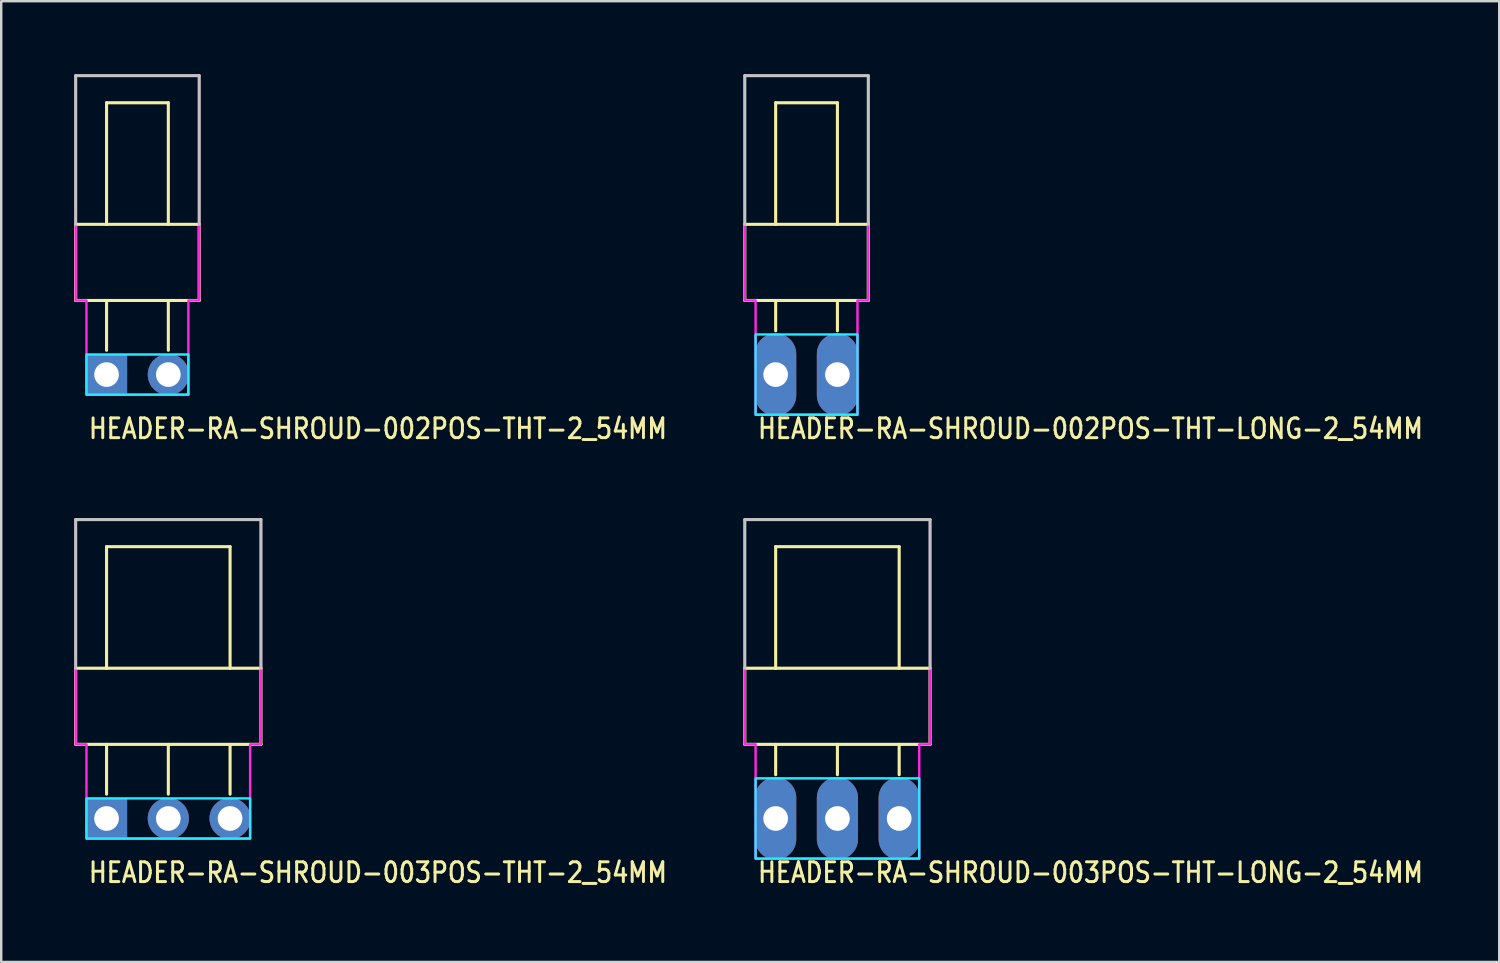
<source format=kicad_pcb>
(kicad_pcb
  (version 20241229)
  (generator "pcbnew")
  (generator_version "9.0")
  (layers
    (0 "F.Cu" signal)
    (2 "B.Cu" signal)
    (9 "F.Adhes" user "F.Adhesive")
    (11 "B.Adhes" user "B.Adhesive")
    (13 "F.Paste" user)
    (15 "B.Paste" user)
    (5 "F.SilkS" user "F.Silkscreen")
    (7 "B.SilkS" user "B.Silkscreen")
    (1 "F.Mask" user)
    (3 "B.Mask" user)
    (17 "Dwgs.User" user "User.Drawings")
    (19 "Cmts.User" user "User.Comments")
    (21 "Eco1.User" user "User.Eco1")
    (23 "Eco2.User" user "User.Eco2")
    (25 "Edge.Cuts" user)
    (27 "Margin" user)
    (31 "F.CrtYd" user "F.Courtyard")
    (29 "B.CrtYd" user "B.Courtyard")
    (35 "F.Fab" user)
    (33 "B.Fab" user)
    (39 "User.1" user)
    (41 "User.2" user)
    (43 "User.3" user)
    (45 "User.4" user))
  (footprint "HEADER-RA-SHROUD-002POS-THT-LONG-2_54MM"
    (layer "F.Cu")
    (at 28.854 12.357)
    (property "Reference" "HEADER-RA-SHROUD-002POS-THT-LONG-2_54MM" (at -0.8 2.7 0) (unlocked yes) (layer "F.SilkS") (effects (font (size 0.813 0.695) (thickness 0.122)) (justify left bottom)))
    (fp_line (start -1.27 -6.18) (end -1.27 -3.048) (stroke (width 0.127) (type solid)) (layer "F.SilkS"))
    (fp_line (start -1.27 -3.048) (end 3.81 -3.048) (stroke (width 0.127) (type solid)) (layer "F.SilkS"))
    (fp_line (start 0 -11.18) (end 0 -6.18) (stroke (width 0.127) (type solid)) (layer "F.SilkS"))
    (fp_line (start 0 -6.18) (end -1.27 -6.18) (stroke (width 0.127) (type solid)) (layer "F.SilkS"))
    (fp_line (start 0 -1.8) (end 0 -3.048) (stroke (width 0.127) (type solid)) (layer "F.SilkS"))
    (fp_line (start 2.54 -11.18) (end 0 -11.18) (stroke (width 0.127) (type solid)) (layer "F.SilkS"))
    (fp_line (start 2.54 -6.18) (end 0 -6.18) (stroke (width 0.127) (type solid)) (layer "F.SilkS"))
    (fp_line (start 2.54 -6.18) (end 2.54 -11.18) (stroke (width 0.127) (type solid)) (layer "F.SilkS"))
    (fp_line (start 2.54 -1.8) (end 2.54 -3.048) (stroke (width 0.127) (type solid)) (layer "F.SilkS"))
    (fp_line (start 3.81 -6.18) (end 2.54 -6.18) (stroke (width 0.127) (type solid)) (layer "F.SilkS"))
    (fp_line (start 3.81 -3.048) (end 3.81 -6.18) (stroke (width 0.127) (type solid)) (layer "F.SilkS"))
    (fp_line (start -1.27 -12.294) (end 3.81 -12.294) (stroke (width 0.127) (type solid)) (layer "Dwgs.User"))
    (fp_line (start -1.27 -6.18) (end -1.27 -12.294) (stroke (width 0.127) (type solid)) (layer "Dwgs.User"))
    (fp_line (start 3.81 -12.294) (end 3.81 -6.18) (stroke (width 0.127) (type solid)) (layer "Dwgs.User"))
    (fp_poly (pts (xy -0.826 -1.65) (xy -0.826 1.65) (xy 3.365 1.65) (xy 3.365 -1.65)) (stroke (width 0.1) (type solid)) (fill no) (layer "B.CrtYd"))
    (fp_poly (pts (xy -1.27 -12.294) (xy -1.27 -3.048) (xy -0.826 -3.048) (xy -0.826 1.65) (xy 3.365 1.65) (xy 3.365 -3.048) (xy 3.81 -3.048) (xy 3.81 -12.294)) (stroke (width 0.1) (type solid)) (fill no) (layer "F.CrtYd"))
    (pad "1" thru_hole oval (at 0 0 90) (size 3.387 1.693) (drill 1.016) (layers "*.Cu" "*.Mask"))
    (pad "2" thru_hole oval (at 2.54 0 90) (size 3.387 1.693) (drill 1.016) (layers "*.Cu" "*.Mask")))
  (footprint "HEADER-RA-SHROUD-003POS-THT-LONG-2_54MM"
    (layer "F.Cu")
    (at 28.854 30.615)
    (property "Reference" "HEADER-RA-SHROUD-003POS-THT-LONG-2_54MM" (at -0.8 2.7 0) (unlocked yes) (layer "F.SilkS") (effects (font (size 0.813 0.695) (thickness 0.122)) (justify left bottom)))
    (fp_line (start -1.27 -6.18) (end -1.27 -3.048) (stroke (width 0.127) (type solid)) (layer "F.SilkS"))
    (fp_line (start -1.27 -3.048) (end 6.35 -3.048) (stroke (width 0.127) (type solid)) (layer "F.SilkS"))
    (fp_line (start 0 -11.18) (end 0 -6.18) (stroke (width 0.127) (type solid)) (layer "F.SilkS"))
    (fp_line (start 0 -6.18) (end -1.27 -6.18) (stroke (width 0.127) (type solid)) (layer "F.SilkS"))
    (fp_line (start 0 -1.8) (end 0 -3.048) (stroke (width 0.127) (type solid)) (layer "F.SilkS"))
    (fp_line (start 2.54 -1.8) (end 2.54 -3.048) (stroke (width 0.127) (type solid)) (layer "F.SilkS"))
    (fp_line (start 5.08 -11.18) (end 0 -11.18) (stroke (width 0.127) (type solid)) (layer "F.SilkS"))
    (fp_line (start 5.08 -6.18) (end 0 -6.18) (stroke (width 0.127) (type solid)) (layer "F.SilkS"))
    (fp_line (start 5.08 -6.18) (end 5.08 -11.18) (stroke (width 0.127) (type solid)) (layer "F.SilkS"))
    (fp_line (start 5.08 -1.8) (end 5.08 -3.048) (stroke (width 0.127) (type solid)) (layer "F.SilkS"))
    (fp_line (start 6.35 -6.18) (end 5.08 -6.18) (stroke (width 0.127) (type solid)) (layer "F.SilkS"))
    (fp_line (start 6.35 -3.048) (end 6.35 -6.18) (stroke (width 0.127) (type solid)) (layer "F.SilkS"))
    (fp_line (start -1.27 -12.294) (end 6.35 -12.294) (stroke (width 0.127) (type solid)) (layer "Dwgs.User"))
    (fp_line (start -1.27 -6.18) (end -1.27 -12.294) (stroke (width 0.127) (type solid)) (layer "Dwgs.User"))
    (fp_line (start 6.35 -12.294) (end 6.35 -6.18) (stroke (width 0.127) (type solid)) (layer "Dwgs.User"))
    (fp_poly (pts (xy -0.826 -1.65) (xy -0.826 1.65) (xy 5.905 1.65) (xy 5.905 -1.65)) (stroke (width 0.1) (type solid)) (fill no) (layer "B.CrtYd"))
    (fp_poly (pts (xy -1.27 -12.294) (xy -1.27 -3.048) (xy -0.826 -3.048) (xy -0.826 1.65) (xy 5.905 1.65) (xy 5.905 -3.048) (xy 6.35 -3.048) (xy 6.35 -12.294)) (stroke (width 0.1) (type solid)) (fill no) (layer "F.CrtYd"))
    (pad "1" thru_hole oval (at 0 0 90) (size 3.387 1.693) (drill 1.016) (layers "*.Cu" "*.Mask"))
    (pad "2" thru_hole oval (at 2.54 0 90) (size 3.387 1.693) (drill 1.016) (layers "*.Cu" "*.Mask"))
    (pad "3" thru_hole oval (at 5.08 0 90) (size 3.387 1.693) (drill 1.016) (layers "*.Cu" "*.Mask")))
  (footprint "HEADER-RA-SHROUD-002POS-THT-2_54MM"
    (layer "F.Cu")
    (at 1.333 12.357)
    (property "Reference" "HEADER-RA-SHROUD-002POS-THT-2_54MM" (at -0.8 2.7 0) (unlocked yes) (layer "F.SilkS") (effects (font (size 0.813 0.695) (thickness 0.122)) (justify left bottom)))
    (fp_line (start -1.27 -6.18) (end -1.27 -3.048) (stroke (width 0.127) (type solid)) (layer "F.SilkS"))
    (fp_line (start -1.27 -3.048) (end 3.81 -3.048) (stroke (width 0.127) (type solid)) (layer "F.SilkS"))
    (fp_line (start 0 -11.18) (end 0 -6.18) (stroke (width 0.127) (type solid)) (layer "F.SilkS"))
    (fp_line (start 0 -6.18) (end -1.27 -6.18) (stroke (width 0.127) (type solid)) (layer "F.SilkS"))
    (fp_line (start 0 -1) (end 0 -3.048) (stroke (width 0.127) (type solid)) (layer "F.SilkS"))
    (fp_line (start 2.54 -11.18) (end 0 -11.18) (stroke (width 0.127) (type solid)) (layer "F.SilkS"))
    (fp_line (start 2.54 -6.18) (end 0 -6.18) (stroke (width 0.127) (type solid)) (layer "F.SilkS"))
    (fp_line (start 2.54 -6.18) (end 2.54 -11.18) (stroke (width 0.127) (type solid)) (layer "F.SilkS"))
    (fp_line (start 2.54 -1) (end 2.54 -3.048) (stroke (width 0.127) (type solid)) (layer "F.SilkS"))
    (fp_line (start 3.81 -6.18) (end 2.54 -6.18) (stroke (width 0.127) (type solid)) (layer "F.SilkS"))
    (fp_line (start 3.81 -3.048) (end 3.81 -6.18) (stroke (width 0.127) (type solid)) (layer "F.SilkS"))
    (fp_line (start -1.27 -12.294) (end 3.81 -12.294) (stroke (width 0.127) (type solid)) (layer "Dwgs.User"))
    (fp_line (start -1.27 -6.18) (end -1.27 -12.294) (stroke (width 0.127) (type solid)) (layer "Dwgs.User"))
    (fp_line (start 3.81 -12.294) (end 3.81 -6.18) (stroke (width 0.127) (type solid)) (layer "Dwgs.User"))
    (fp_poly (pts (xy -0.826 -0.826) (xy -0.826 0.826) (xy 3.365 0.826) (xy 3.365 -0.826)) (stroke (width 0.1) (type solid)) (fill no) (layer "B.CrtYd"))
    (fp_poly (pts (xy -1.27 -12.294) (xy -1.27 -3.048) (xy -0.826 -3.048) (xy -0.826 0.826) (xy 3.365 0.826) (xy 3.365 -3.048) (xy 3.81 -3.048) (xy 3.81 -12.294)) (stroke (width 0.1) (type solid)) (fill no) (layer "F.CrtYd"))
    (pad "1" thru_hole rect (at 0 0) (size 1.693 1.693) (drill 1.016) (layers "*.Cu" "*.Mask"))
    (pad "2" thru_hole oval (at 2.54 0) (size 1.693 1.693) (drill 1.016) (layers "*.Cu" "*.Mask")))
  (footprint "HEADER-RA-SHROUD-003POS-THT-2_54MM"
    (layer "F.Cu")
    (at 1.333 30.615)
    (property "Reference" "HEADER-RA-SHROUD-003POS-THT-2_54MM" (at -0.8 2.7 0) (unlocked yes) (layer "F.SilkS") (effects (font (size 0.813 0.695) (thickness 0.122)) (justify left bottom)))
    (fp_line (start -1.27 -6.18) (end -1.27 -3.048) (stroke (width 0.127) (type solid)) (layer "F.SilkS"))
    (fp_line (start -1.27 -3.048) (end 6.35 -3.048) (stroke (width 0.127) (type solid)) (layer "F.SilkS"))
    (fp_line (start 0 -11.18) (end 0 -6.18) (stroke (width 0.127) (type solid)) (layer "F.SilkS"))
    (fp_line (start 0 -6.18) (end -1.27 -6.18) (stroke (width 0.127) (type solid)) (layer "F.SilkS"))
    (fp_line (start 0 -1) (end 0 -3.048) (stroke (width 0.127) (type solid)) (layer "F.SilkS"))
    (fp_line (start 2.54 -1) (end 2.54 -3.048) (stroke (width 0.127) (type solid)) (layer "F.SilkS"))
    (fp_line (start 5.08 -11.18) (end 0 -11.18) (stroke (width 0.127) (type solid)) (layer "F.SilkS"))
    (fp_line (start 5.08 -6.18) (end 0 -6.18) (stroke (width 0.127) (type solid)) (layer "F.SilkS"))
    (fp_line (start 5.08 -6.18) (end 5.08 -11.18) (stroke (width 0.127) (type solid)) (layer "F.SilkS"))
    (fp_line (start 5.08 -1) (end 5.08 -3.048) (stroke (width 0.127) (type solid)) (layer "F.SilkS"))
    (fp_line (start 6.35 -6.18) (end 5.08 -6.18) (stroke (width 0.127) (type solid)) (layer "F.SilkS"))
    (fp_line (start 6.35 -3.048) (end 6.35 -6.18) (stroke (width 0.127) (type solid)) (layer "F.SilkS"))
    (fp_line (start -1.27 -12.294) (end 6.35 -12.294) (stroke (width 0.127) (type solid)) (layer "Dwgs.User"))
    (fp_line (start -1.27 -6.18) (end -1.27 -12.294) (stroke (width 0.127) (type solid)) (layer "Dwgs.User"))
    (fp_line (start 6.35 -12.294) (end 6.35 -6.18) (stroke (width 0.127) (type solid)) (layer "Dwgs.User"))
    (fp_poly (pts (xy -0.826 -0.826) (xy -0.826 0.826) (xy 5.905 0.826) (xy 5.905 -0.826)) (stroke (width 0.1) (type solid)) (fill no) (layer "B.CrtYd"))
    (fp_poly (pts (xy -1.27 -12.294) (xy -1.27 -3.048) (xy -0.826 -3.048) (xy -0.826 0.826) (xy 5.905 0.826) (xy 5.905 -3.048) (xy 6.35 -3.048) (xy 6.35 -12.294)) (stroke (width 0.1) (type solid)) (fill no) (layer "F.CrtYd"))
    (pad "P$1" thru_hole rect (at 0 0) (size 1.693 1.693) (drill 1.016) (layers "*.Cu" "*.Mask"))
    (pad "P$2" thru_hole oval (at 2.54 0) (size 1.693 1.693) (drill 1.016) (layers "*.Cu" "*.Mask"))
    (pad "P$3" thru_hole oval (at 5.08 0) (size 1.693 1.693) (drill 1.016) (layers "*.Cu" "*.Mask")))
  (gr_rect
    (start -3 -3)
    (end 58.615 36.515)
    (stroke (width 0.1) (type default))
    (fill no)
    (layer "Edge.Cuts")))
</source>
